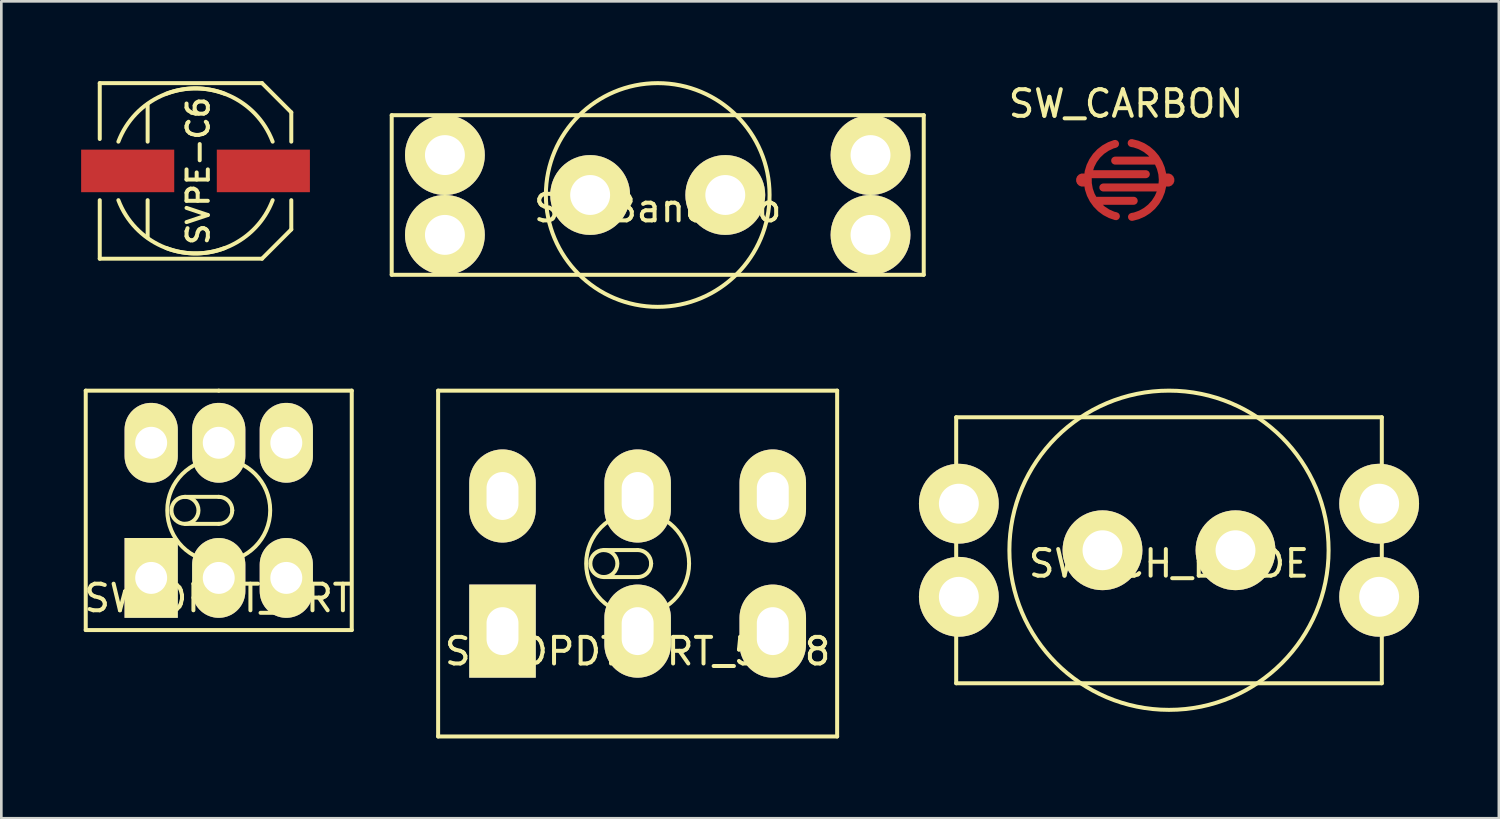
<source format=kicad_pcb>
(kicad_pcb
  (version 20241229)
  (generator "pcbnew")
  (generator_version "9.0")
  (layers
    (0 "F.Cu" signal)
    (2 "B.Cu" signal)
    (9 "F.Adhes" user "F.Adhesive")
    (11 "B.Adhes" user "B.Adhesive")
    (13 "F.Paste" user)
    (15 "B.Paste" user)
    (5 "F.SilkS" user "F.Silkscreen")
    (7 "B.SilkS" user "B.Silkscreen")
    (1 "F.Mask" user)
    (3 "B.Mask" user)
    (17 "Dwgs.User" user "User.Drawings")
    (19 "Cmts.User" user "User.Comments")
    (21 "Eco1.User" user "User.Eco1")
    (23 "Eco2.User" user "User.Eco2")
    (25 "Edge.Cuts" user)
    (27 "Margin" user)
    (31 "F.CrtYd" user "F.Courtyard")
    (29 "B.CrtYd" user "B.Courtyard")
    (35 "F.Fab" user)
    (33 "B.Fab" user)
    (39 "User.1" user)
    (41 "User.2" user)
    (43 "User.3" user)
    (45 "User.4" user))
  (footprint "SW_DPDT_2RT"
    (layer "F.Cu")
    (at 5.173 16.135)
    (property "Reference" "SW_DPDT_2RT" (at 0 3.302 0) (layer "F.SilkS") (effects (font (size 1 1) (thickness 0.15))))
    (attr through_hole)
    (fp_line (start -5 -4.5) (end -5 4.5) (stroke (width 0.15) (type solid)) (layer "F.SilkS"))
    (fp_line (start -5 4.5) (end 5 4.5) (stroke (width 0.15) (type solid)) (layer "F.SilkS"))
    (fp_line (start -1.27 -0.508) (end 0 -0.508) (stroke (width 0.15) (type solid)) (layer "F.SilkS"))
    (fp_line (start 0 -4.5) (end -5 -4.5) (stroke (width 0.15) (type solid)) (layer "F.SilkS"))
    (fp_line (start 0 0.508) (end -1.27 0.508) (stroke (width 0.15) (type solid)) (layer "F.SilkS"))
    (fp_line (start 5 -4.5) (end 0 -4.5) (stroke (width 0.15) (type solid)) (layer "F.SilkS"))
    (fp_line (start 5 4.5) (end 5 -4.5) (stroke (width 0.15) (type solid)) (layer "F.SilkS"))
    (fp_arc (start 0 -0.508) (mid 0.35921 -0.35921) (end 0.508 0) (stroke (width 0.15) (type solid)) (layer "F.SilkS"))
    (fp_arc (start 0.508 0) (mid 0.35921 0.35921) (end 0 0.508) (stroke (width 0.15) (type solid)) (layer "F.SilkS"))
    (fp_circle (center -1.27 0) (end -1.778 0) (stroke (width 0.15) (type solid)) (fill no) (layer "F.SilkS"))
    (fp_circle (center 0 0) (end -0.762 -1.778) (stroke (width 0.15) (type solid)) (fill no) (layer "F.SilkS"))
    (pad "1" thru_hole rect (at -2.54 2.54) (size 2 3) (drill 1.2) (layers "*.Cu" "*.Mask" "F.SilkS"))
    (pad "2" thru_hole oval (at 0 2.54) (size 2 3) (drill 1.2) (layers "*.Cu" "*.Mask" "F.SilkS"))
    (pad "3" thru_hole oval (at 2.54 2.54) (size 2 3) (drill 1.2) (layers "*.Cu" "*.Mask" "F.SilkS"))
    (pad "4" thru_hole oval (at 2.54 -2.54) (size 2 3) (drill 1.2) (layers "*.Cu" "*.Mask" "F.SilkS"))
    (pad "5" thru_hole oval (at 0 -2.54) (size 2 3) (drill 1.2) (layers "*.Cu" "*.Mask" "F.SilkS"))
    (pad "6" thru_hole oval (at -2.54 -2.54) (size 2 3) (drill 1.2) (layers "*.Cu" "*.Mask" "F.SilkS")))
  (footprint "SW_DPDT_2RT_5_08"
    (layer "F.Cu")
    (at 20.92 18.135)
    (property "Reference" "SW_DPDT_2RT_5_08" (at 0 3.302 0) (layer "F.SilkS") (effects (font (size 1 1) (thickness 0.15))))
    (attr through_hole)
    (fp_line (start -7.5 -6.5) (end -7.5 6.5) (stroke (width 0.15) (type solid)) (layer "F.SilkS"))
    (fp_line (start -7.5 6.5) (end 7.5 6.5) (stroke (width 0.15) (type solid)) (layer "F.SilkS"))
    (fp_line (start -1.27 -0.508) (end 0 -0.508) (stroke (width 0.15) (type solid)) (layer "F.SilkS"))
    (fp_line (start 0 0.508) (end -1.27 0.508) (stroke (width 0.15) (type solid)) (layer "F.SilkS"))
    (fp_line (start 7.5 -6.5) (end -7.5 -6.5) (stroke (width 0.15) (type solid)) (layer "F.SilkS"))
    (fp_line (start 7.5 6.5) (end 7.5 -6.5) (stroke (width 0.15) (type solid)) (layer "F.SilkS"))
    (fp_arc (start 0 -0.508) (mid 0.35921 -0.35921) (end 0.508 0) (stroke (width 0.15) (type solid)) (layer "F.SilkS"))
    (fp_arc (start 0.508 0) (mid 0.35921 0.35921) (end 0 0.508) (stroke (width 0.15) (type solid)) (layer "F.SilkS"))
    (fp_circle (center -1.27 0) (end -1.778 0) (stroke (width 0.15) (type solid)) (fill no) (layer "F.SilkS"))
    (fp_circle (center 0 0) (end -0.762 -1.778) (stroke (width 0.15) (type solid)) (fill no) (layer "F.SilkS"))
    (pad "1" thru_hole rect (at -5.08 2.54) (size 2.5 3.5) (drill oval 1.2 1.8) (layers "*.Cu" "*.Mask" "F.SilkS"))
    (pad "2" thru_hole oval (at 0 2.54) (size 2.5 3.5) (drill oval 1.2 1.8) (layers "*.Cu" "*.Mask" "F.SilkS"))
    (pad "3" thru_hole oval (at 5.08 2.54) (size 2.5 3.5) (drill oval 1.2 1.8) (layers "*.Cu" "*.Mask" "F.SilkS"))
    (pad "4" thru_hole oval (at 5.08 -2.54) (size 2.5 3.5) (drill oval 1.2 1.8) (layers "*.Cu" "*.Mask" "F.SilkS"))
    (pad "5" thru_hole oval (at 0 -2.54) (size 2.5 3.5) (drill oval 1.2 1.8) (layers "*.Cu" "*.Mask" "F.SilkS"))
    (pad "6" thru_hole oval (at -5.08 -2.54) (size 2.5 3.5) (drill oval 1.2 1.8) (layers "*.Cu" "*.Mask" "F.SilkS")))
  (footprint "SWITCH_BRIDE"
    (layer "F.Cu")
    (at 40.895 17.635)
    (property "Reference" "SWITCH_BRIDE" (at 0 0.5 0) (layer "F.SilkS") (effects (font (size 1 1) (thickness 0.15))))
    (attr through_hole)
    (fp_line (start -8 -5) (end -8 5) (stroke (width 0.15) (type solid)) (layer "F.SilkS"))
    (fp_line (start -8 5) (end 8 5) (stroke (width 0.15) (type solid)) (layer "F.SilkS"))
    (fp_line (start 8 -5) (end -8 -5) (stroke (width 0.15) (type solid)) (layer "F.SilkS"))
    (fp_line (start 8 5) (end 8 -5) (stroke (width 0.15) (type solid)) (layer "F.SilkS"))
    (fp_circle (center 0 0) (end 0 6) (stroke (width 0.15) (type solid)) (fill no) (layer "F.SilkS"))
    (pad "1" thru_hole circle (at -2.5 0) (size 3 3) (drill 1.5) (layers "*.Cu" "*.Mask" "F.SilkS"))
    (pad "2" thru_hole circle (at 2.5 0) (size 3 3) (drill 1.5) (layers "*.Cu" "*.Mask" "F.SilkS"))
    (pad "3" thru_hole circle (at 7.9 1.75) (size 3 3) (drill 1.5) (layers "*.Cu" "*.Mask" "F.SilkS"))
    (pad "4" thru_hole circle (at 7.9 -1.75) (size 3 3) (drill 1.5) (layers "*.Cu" "*.Mask" "F.SilkS"))
    (pad "5" thru_hole circle (at -7.9 1.75) (size 3 3) (drill 1.5) (layers "*.Cu" "*.Mask" "F.SilkS"))
    (pad "6" thru_hole circle (at -7.9 -1.75) (size 3 3) (drill 1.5) (layers "*.Cu" "*.Mask" "F.SilkS")))
  (footprint "SW_CARBON"
    (layer "F.Cu")
    (at 39.25 3.718)
    (property "Reference" "SW_CARBON" (at 0.03 -2.87 0) (unlocked yes) (layer "F.SilkS") (effects (font (size 1 1) (thickness 0.15))))
    (attr smd)
    (fp_circle (center 0 0) (end 1.6 0) (stroke (width 0.12) (type solid)) (fill yes) (layer "F.Mask"))
    (pad "1" smd custom (at -1.6 0) (size 0.5 0.5) (layers "F.Cu" "F.Mask" "F.Paste") (options (anchor circle)) (primitives (gr_line (start 0.25 -0.22) (end 2.375 -0.22) (width 0.3)) (gr_arc (start 1.25 1.36) (mid 0.191808 0.012259) (end 1.218549 -1.359593) (width 0.3)) (gr_line (start 0.5 0.78) (end 1.92 0.78) (width 0.3))))
    (pad "2" smd custom (at 1.6 0) (size 0.5 0.5) (layers "F.Cu" "F.Mask" "F.Paste") (options (anchor circle)) (primitives (gr_arc (start -1.36 -1.39) (mid -0.192153 -0.007015) (end -1.347689 1.386272) (width 0.3)) (gr_line (start -2.425 0.28) (end -0.31 0.28) (width 0.3)) (gr_line (start -1.98 -0.73) (end -0.45 -0.73) (width 0.3)))))
  (footprint "SW_BancGeo"
    (layer "F.Cu")
    (at 21.675 4.28)
    (property "Reference" "SW_BancGeo" (at 0 0.5 0) (layer "F.SilkS") (effects (font (size 1 1) (thickness 0.15))))
    (attr through_hole)
    (fp_line (start -10 -3) (end -10 3) (stroke (width 0.15) (type solid)) (layer "F.SilkS"))
    (fp_line (start -10 3) (end 10 3) (stroke (width 0.15) (type solid)) (layer "F.SilkS"))
    (fp_line (start 10 -3) (end -10 -3) (stroke (width 0.15) (type solid)) (layer "F.SilkS"))
    (fp_line (start 10 3) (end 10 -3) (stroke (width 0.15) (type solid)) (layer "F.SilkS"))
    (fp_circle (center 0 0) (end 0.2 4.2) (stroke (width 0.15) (type solid)) (fill no) (layer "F.SilkS"))
    (pad "1" thru_hole circle (at -2.54 0) (size 3 3) (drill 1.5) (layers "*.Cu" "*.Mask" "F.SilkS"))
    (pad "2" thru_hole circle (at 2.54 0) (size 3 3) (drill 1.5) (layers "*.Cu" "*.Mask" "F.SilkS"))
    (pad "NC" thru_hole circle (at -8 -1.5) (size 3 3) (drill 1.5) (layers "*.Cu" "*.Mask" "F.SilkS"))
    (pad "NC" thru_hole circle (at -8 1.5) (size 3 3) (drill 1.5) (layers "*.Cu" "*.Mask" "F.SilkS"))
    (pad "NC" thru_hole circle (at 8 -1.5) (size 3 3) (drill 1.5) (layers "*.Cu" "*.Mask" "F.SilkS"))
    (pad "NC" thru_hole circle (at 8 1.5) (size 3 3) (drill 1.5) (layers "*.Cu" "*.Mask" "F.SilkS")))
  (footprint "SVPE-C6"
    (layer "F.Cu")
    (at 4.3 3.375)
    (property "Reference" "SVPE-C6" (at 0.1 0 90) (layer "F.SilkS") (effects (font (size 0.8 0.8) (thickness 0.15))))
    (attr through_hole)
    (fp_line (start -3.6 -3.3) (end -3.6 -1.2) (stroke (width 0.15) (type solid)) (layer "F.SilkS"))
    (fp_line (start -3.6 -3.3) (end 2.5 -3.3) (stroke (width 0.15) (type solid)) (layer "F.SilkS"))
    (fp_line (start -3.6 3.3) (end -3.6 1.1) (stroke (width 0.15) (type solid)) (layer "F.SilkS"))
    (fp_line (start -3.6 3.3) (end 2.5 3.3) (stroke (width 0.15) (type solid)) (layer "F.SilkS"))
    (fp_line (start -1.8 -2.5) (end -1.8 -1.1) (stroke (width 0.15) (type solid)) (layer "F.SilkS"))
    (fp_line (start -1.8 1.1) (end -1.8 2.5) (stroke (width 0.15) (type solid)) (layer "F.SilkS"))
    (fp_line (start 2.5 -3.3) (end 3.6 -2.2) (stroke (width 0.15) (type solid)) (layer "F.SilkS"))
    (fp_line (start 2.5 3.3) (end 3.6 2.2) (stroke (width 0.15) (type solid)) (layer "F.SilkS"))
    (fp_line (start 3.6 -2.2) (end 3.6 -1.1) (stroke (width 0.15) (type solid)) (layer "F.SilkS"))
    (fp_line (start 3.6 2.2) (end 3.6 1.1) (stroke (width 0.15) (type solid)) (layer "F.SilkS"))
    (fp_arc (start -2.9 -1.1) (mid -1.272792 -2.828427) (end 1.1 -2.9) (stroke (width 0.15) (type solid)) (layer "F.SilkS"))
    (fp_arc (start -1.1 -2.9) (mid 1.272792 -2.828427) (end 2.9 -1.1) (stroke (width 0.15) (type solid)) (layer "F.SilkS"))
    (fp_arc (start 1.1 2.9) (mid -1.272792 2.828427) (end -2.9 1.1) (stroke (width 0.15) (type solid)) (layer "F.SilkS"))
    (fp_arc (start 2.9 1.1) (mid 1.272792 2.828427) (end -1.1 2.9) (stroke (width 0.15) (type solid)) (layer "F.SilkS"))
    (pad "1" smd rect (at 2.55 0) (size 3.5 1.6) (layers "F.Cu" "F.Mask" "F.Paste"))
    (pad "2" smd rect (at -2.55 0) (size 3.5 1.6) (layers "F.Cu" "F.Mask" "F.Paste")))
  (gr_rect
    (start -3 -3)
    (end 53.295 27.71)
    (stroke (width 0.1) (type default))
    (fill no)
    (layer "Edge.Cuts")))
</source>
